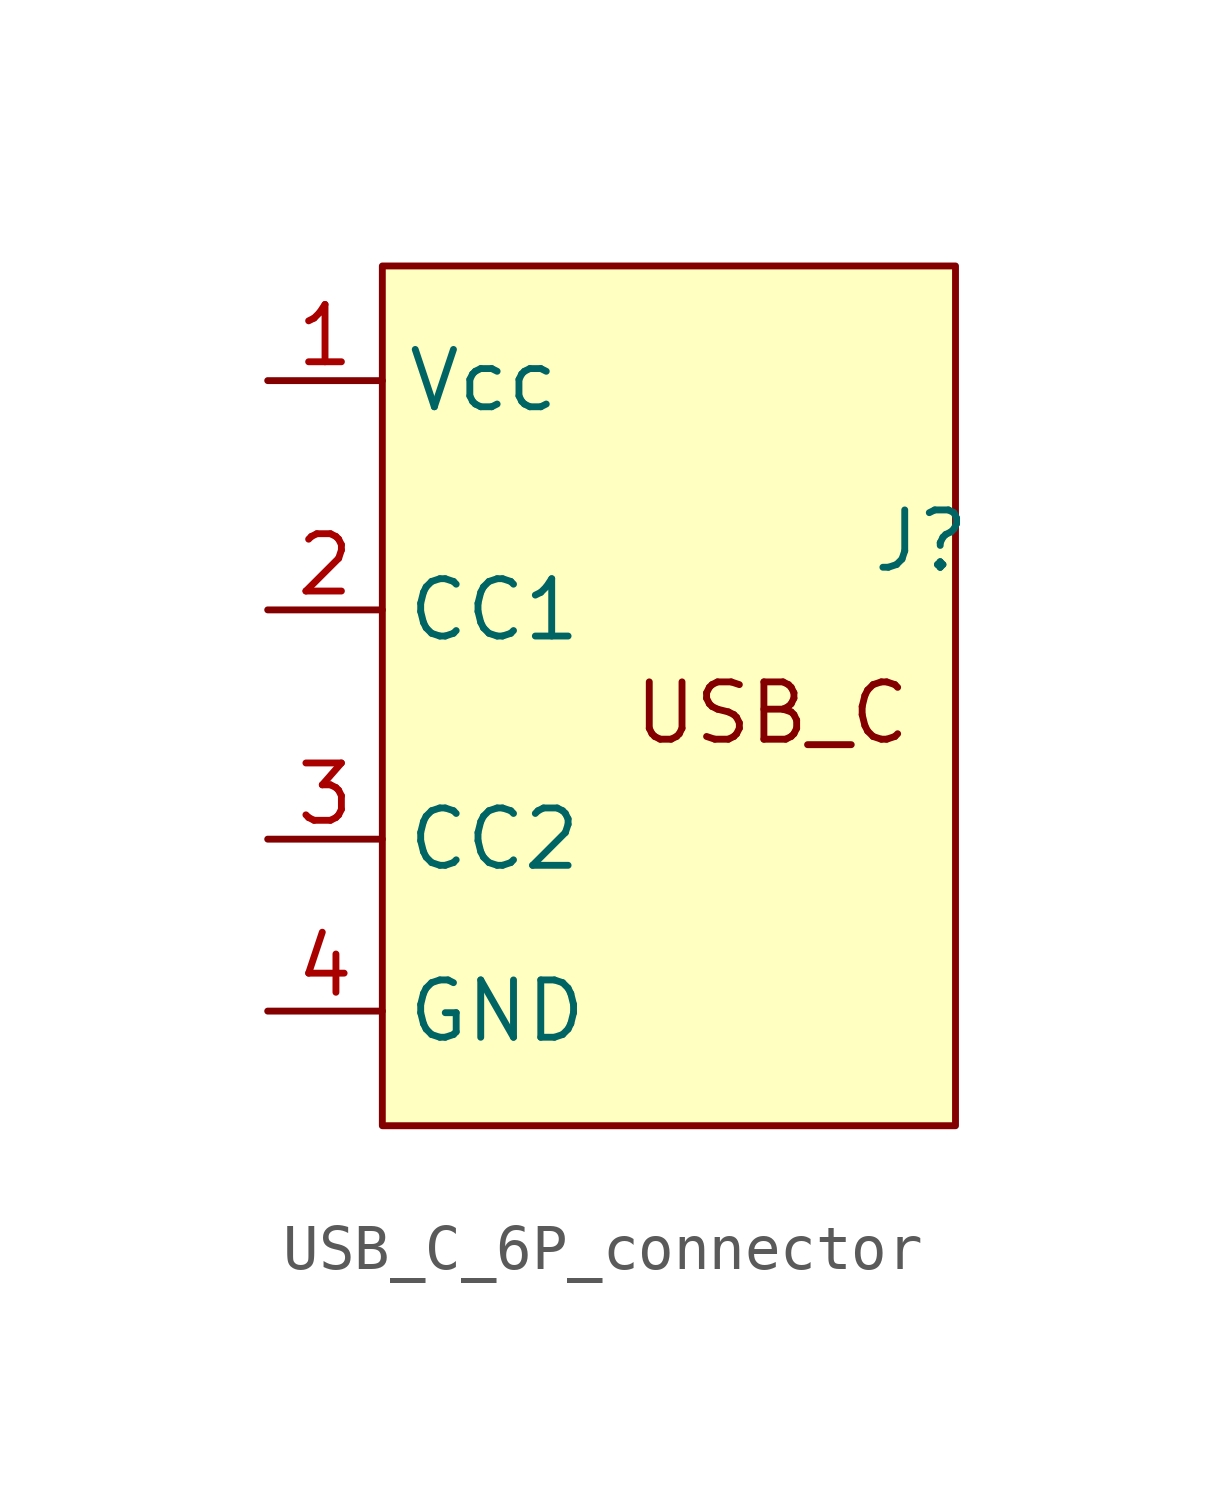
<source format=kicad_sym>
(kicad_symbol_lib
  (version 20241209)
  (generator "kicad_symbol_editor")
  (generator_version "9.0")
  (symbol "USB_C_6P_connector"
    (property "Reference" "J"
      (at 14.478 -1.016 0)
      (effects (font (size 1.27 1.27))))
    (property "Value" ""
      (at 0 0 0)
      (effects (font (size 1.27 1.27))))
    (symbol "USB_C_6P_connector_1_1"
      (rectangle (start 2.54 5.08) (end 15.24 -13.97) (stroke (width 0) (type solid)) (fill (type background)))
      (text "USB_C\n" (at 11.176 -4.826 0) (effects (font (size 1.27 1.27))))
      (pin power_in line (at 0 2.54 0) (length 2.54) (name "Vcc" (effects (font (size 1.27 1.27)))) (number "1" (effects (font (size 1.27 1.27)))))
      (pin bidirectional line (at 0 -2.54 0) (length 2.54) (name "CC1" (effects (font (size 1.27 1.27)))) (number "2" (effects (font (size 1.27 1.27)))))
      (pin bidirectional line (at 0 -7.62 0) (length 2.54) (name "CC2" (effects (font (size 1.27 1.27)))) (number "3" (effects (font (size 1.27 1.27)))))
      (pin power_in line (at 0 -11.43 0) (length 2.54) (name "GND" (effects (font (size 1.27 1.27)))) (number "4" (effects (font (size 1.27 1.27))))))))
</source>
